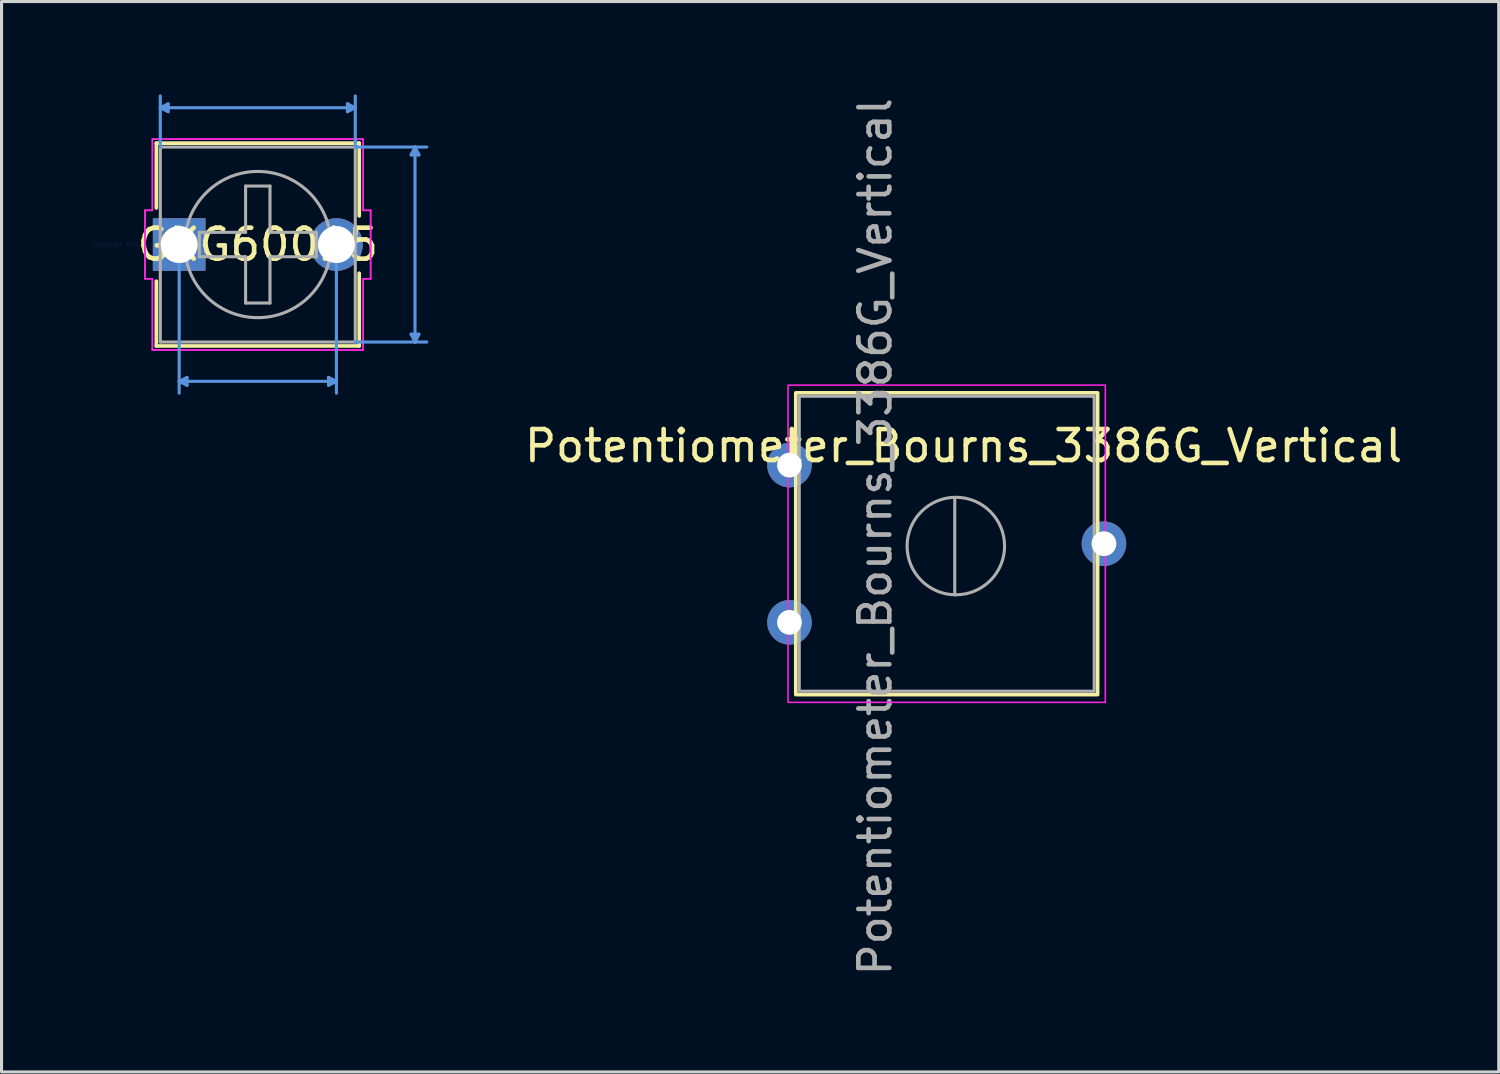
<source format=kicad_pcb>
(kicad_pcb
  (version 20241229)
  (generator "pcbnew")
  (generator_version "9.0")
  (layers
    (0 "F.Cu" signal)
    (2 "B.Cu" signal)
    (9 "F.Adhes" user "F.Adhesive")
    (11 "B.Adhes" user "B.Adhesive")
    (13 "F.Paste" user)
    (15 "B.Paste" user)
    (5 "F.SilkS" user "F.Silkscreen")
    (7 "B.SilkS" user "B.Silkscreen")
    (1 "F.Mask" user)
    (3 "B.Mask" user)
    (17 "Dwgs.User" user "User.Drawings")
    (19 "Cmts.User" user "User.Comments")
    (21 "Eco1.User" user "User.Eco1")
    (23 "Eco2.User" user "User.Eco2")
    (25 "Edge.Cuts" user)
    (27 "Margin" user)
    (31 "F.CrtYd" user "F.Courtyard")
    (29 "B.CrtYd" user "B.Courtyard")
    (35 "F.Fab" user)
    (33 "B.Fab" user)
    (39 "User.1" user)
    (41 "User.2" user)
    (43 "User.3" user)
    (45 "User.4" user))
  (footprint "GKG60015"
    (layer "F.Cu")
    (at 2.739 4.851)
    (property "Reference" "GKG60015" (at 2.54 0 0) (layer "F.SilkS") (effects (font (size 1 1) (thickness 0.15))))
    (attr through_hole)
    (fp_line (start -0.737 -3.277) (end -0.737 -1.184) (stroke (width 0.12) (type solid)) (layer "F.SilkS"))
    (fp_line (start -0.737 1.184) (end -0.737 3.277) (stroke (width 0.12) (type solid)) (layer "F.SilkS"))
    (fp_line (start -0.737 3.277) (end 5.817 3.277) (stroke (width 0.12) (type solid)) (layer "F.SilkS"))
    (fp_line (start 5.817 -3.277) (end -0.737 -3.277) (stroke (width 0.12) (type solid)) (layer "F.SilkS"))
    (fp_line (start 5.817 -0.927) (end 5.817 -3.277) (stroke (width 0.12) (type solid)) (layer "F.SilkS"))
    (fp_line (start 5.817 3.277) (end 5.817 0.927) (stroke (width 0.12) (type solid)) (layer "F.SilkS"))
    (fp_line (start -0.61 -4.42) (end -0.356 -4.547) (stroke (width 0.1) (type solid)) (layer "Cmts.User"))
    (fp_line (start -0.61 -4.42) (end -0.356 -4.293) (stroke (width 0.1) (type solid)) (layer "Cmts.User"))
    (fp_line (start -0.61 -4.42) (end 5.69 -4.42) (stroke (width 0.1) (type solid)) (layer "Cmts.User"))
    (fp_line (start -0.61 -3.15) (end -0.61 -4.801) (stroke (width 0.1) (type solid)) (layer "Cmts.User"))
    (fp_line (start -0.356 -4.547) (end -0.356 -4.293) (stroke (width 0.1) (type solid)) (layer "Cmts.User"))
    (fp_line (start 0 0) (end 0 4.801) (stroke (width 0.1) (type solid)) (layer "Cmts.User"))
    (fp_line (start 0 4.42) (end 0.254 4.293) (stroke (width 0.1) (type solid)) (layer "Cmts.User"))
    (fp_line (start 0 4.42) (end 0.254 4.547) (stroke (width 0.1) (type solid)) (layer "Cmts.User"))
    (fp_line (start 0 4.42) (end 5.08 4.42) (stroke (width 0.1) (type solid)) (layer "Cmts.User"))
    (fp_line (start 0.254 4.293) (end 0.254 4.547) (stroke (width 0.1) (type solid)) (layer "Cmts.User"))
    (fp_line (start 4.826 4.293) (end 4.826 4.547) (stroke (width 0.1) (type solid)) (layer "Cmts.User"))
    (fp_line (start 5.08 0) (end 5.08 4.801) (stroke (width 0.1) (type solid)) (layer "Cmts.User"))
    (fp_line (start 5.08 4.42) (end 4.826 4.293) (stroke (width 0.1) (type solid)) (layer "Cmts.User"))
    (fp_line (start 5.08 4.42) (end 4.826 4.547) (stroke (width 0.1) (type solid)) (layer "Cmts.User"))
    (fp_line (start 5.436 -4.547) (end 5.436 -4.293) (stroke (width 0.1) (type solid)) (layer "Cmts.User"))
    (fp_line (start 5.69 -4.42) (end 5.436 -4.547) (stroke (width 0.1) (type solid)) (layer "Cmts.User"))
    (fp_line (start 5.69 -4.42) (end 5.436 -4.293) (stroke (width 0.1) (type solid)) (layer "Cmts.User"))
    (fp_line (start 5.69 -3.15) (end 5.69 -4.801) (stroke (width 0.1) (type solid)) (layer "Cmts.User"))
    (fp_line (start 5.69 -3.15) (end 8.001 -3.15) (stroke (width 0.1) (type solid)) (layer "Cmts.User"))
    (fp_line (start 5.69 3.15) (end 8.001 3.15) (stroke (width 0.1) (type solid)) (layer "Cmts.User"))
    (fp_line (start 7.493 -2.896) (end 7.747 -2.896) (stroke (width 0.1) (type solid)) (layer "Cmts.User"))
    (fp_line (start 7.493 2.896) (end 7.747 2.896) (stroke (width 0.1) (type solid)) (layer "Cmts.User"))
    (fp_line (start 7.62 -3.15) (end 7.493 -2.896) (stroke (width 0.1) (type solid)) (layer "Cmts.User"))
    (fp_line (start 7.62 -3.15) (end 7.62 3.15) (stroke (width 0.1) (type solid)) (layer "Cmts.User"))
    (fp_line (start 7.62 -3.15) (end 7.747 -2.896) (stroke (width 0.1) (type solid)) (layer "Cmts.User"))
    (fp_line (start 7.62 3.15) (end 7.493 2.896) (stroke (width 0.1) (type solid)) (layer "Cmts.User"))
    (fp_line (start 7.62 3.15) (end 7.747 2.896) (stroke (width 0.1) (type solid)) (layer "Cmts.User"))
    (fp_line (start -1.105 -1.105) (end -0.864 -1.105) (stroke (width 0.05) (type solid)) (layer "F.CrtYd"))
    (fp_line (start -1.105 -1.105) (end -0.864 -1.105) (stroke (width 0.05) (type solid)) (layer "F.CrtYd"))
    (fp_line (start -1.105 1.105) (end -1.105 -1.105) (stroke (width 0.05) (type solid)) (layer "F.CrtYd"))
    (fp_line (start -1.105 1.105) (end -1.105 -1.105) (stroke (width 0.05) (type solid)) (layer "F.CrtYd"))
    (fp_line (start -0.864 -3.404) (end 5.944 -3.404) (stroke (width 0.05) (type solid)) (layer "F.CrtYd"))
    (fp_line (start -0.864 -3.404) (end 5.944 -3.404) (stroke (width 0.05) (type solid)) (layer "F.CrtYd"))
    (fp_line (start -0.864 -1.105) (end -0.864 -3.404) (stroke (width 0.05) (type solid)) (layer "F.CrtYd"))
    (fp_line (start -0.864 -1.105) (end -0.864 -3.404) (stroke (width 0.05) (type solid)) (layer "F.CrtYd"))
    (fp_line (start -0.864 1.105) (end -1.105 1.105) (stroke (width 0.05) (type solid)) (layer "F.CrtYd"))
    (fp_line (start -0.864 1.105) (end -1.105 1.105) (stroke (width 0.05) (type solid)) (layer "F.CrtYd"))
    (fp_line (start -0.864 3.404) (end -0.864 1.105) (stroke (width 0.05) (type solid)) (layer "F.CrtYd"))
    (fp_line (start -0.864 3.404) (end -0.864 1.105) (stroke (width 0.05) (type solid)) (layer "F.CrtYd"))
    (fp_line (start 5.944 -3.404) (end 5.944 -1.105) (stroke (width 0.05) (type solid)) (layer "F.CrtYd"))
    (fp_line (start 5.944 -3.404) (end 5.944 -1.105) (stroke (width 0.05) (type solid)) (layer "F.CrtYd"))
    (fp_line (start 5.944 -1.105) (end 6.185 -1.105) (stroke (width 0.05) (type solid)) (layer "F.CrtYd"))
    (fp_line (start 5.944 -1.105) (end 6.185 -1.105) (stroke (width 0.05) (type solid)) (layer "F.CrtYd"))
    (fp_line (start 5.944 1.105) (end 5.944 3.404) (stroke (width 0.05) (type solid)) (layer "F.CrtYd"))
    (fp_line (start 5.944 1.105) (end 5.944 3.404) (stroke (width 0.05) (type solid)) (layer "F.CrtYd"))
    (fp_line (start 5.944 3.404) (end -0.864 3.404) (stroke (width 0.05) (type solid)) (layer "F.CrtYd"))
    (fp_line (start 5.944 3.404) (end -0.864 3.404) (stroke (width 0.05) (type solid)) (layer "F.CrtYd"))
    (fp_line (start 6.185 -1.105) (end 6.185 1.105) (stroke (width 0.05) (type solid)) (layer "F.CrtYd"))
    (fp_line (start 6.185 -1.105) (end 6.185 1.105) (stroke (width 0.05) (type solid)) (layer "F.CrtYd"))
    (fp_line (start 6.185 1.105) (end 5.944 1.105) (stroke (width 0.05) (type solid)) (layer "F.CrtYd"))
    (fp_line (start 6.185 1.105) (end 5.944 1.105) (stroke (width 0.05) (type solid)) (layer "F.CrtYd"))
    (fp_line (start -0.61 -3.15) (end -0.61 3.15) (stroke (width 0.1) (type solid)) (layer "F.Fab"))
    (fp_line (start -0.61 3.15) (end 5.69 3.15) (stroke (width 0.1) (type solid)) (layer "F.Fab"))
    (fp_line (start -0.254 0) (end 0.254 0) (stroke (width 0.1) (type solid)) (layer "F.Fab"))
    (fp_line (start 0 0.254) (end 0 -0.254) (stroke (width 0.1) (type solid)) (layer "F.Fab"))
    (fp_line (start 0.65 -0.394) (end 0.65 0.394) (stroke (width 0.1) (type solid)) (layer "F.Fab"))
    (fp_line (start 2.146 -1.89) (end 2.146 -0.394) (stroke (width 0.1) (type solid)) (layer "F.Fab"))
    (fp_line (start 2.146 -1.89) (end 2.934 -1.89) (stroke (width 0.1) (type solid)) (layer "F.Fab"))
    (fp_line (start 2.146 -0.394) (end 0.65 -0.394) (stroke (width 0.1) (type solid)) (layer "F.Fab"))
    (fp_line (start 2.146 0.394) (end 0.65 0.394) (stroke (width 0.1) (type solid)) (layer "F.Fab"))
    (fp_line (start 2.146 1.89) (end 2.146 0.394) (stroke (width 0.1) (type solid)) (layer "F.Fab"))
    (fp_line (start 2.146 1.89) (end 2.934 1.89) (stroke (width 0.1) (type solid)) (layer "F.Fab"))
    (fp_line (start 2.934 -1.89) (end 2.934 -0.394) (stroke (width 0.1) (type solid)) (layer "F.Fab"))
    (fp_line (start 2.934 -0.394) (end 4.43 -0.394) (stroke (width 0.1) (type solid)) (layer "F.Fab"))
    (fp_line (start 2.934 0.394) (end 4.43 0.394) (stroke (width 0.1) (type solid)) (layer "F.Fab"))
    (fp_line (start 2.934 1.89) (end 2.934 0.394) (stroke (width 0.1) (type solid)) (layer "F.Fab"))
    (fp_line (start 4.43 -0.394) (end 4.43 0.394) (stroke (width 0.1) (type solid)) (layer "F.Fab"))
    (fp_line (start 5.69 -3.15) (end -0.61 -3.15) (stroke (width 0.1) (type solid)) (layer "F.Fab"))
    (fp_line (start 5.69 3.15) (end 5.69 -3.15) (stroke (width 0.1) (type solid)) (layer "F.Fab"))
    (fp_circle (center -0.102 0) (end -0.102 0) (stroke (width 0.1) (type solid)) (fill no) (layer "F.Fab"))
    (fp_circle (center 2.54 0) (end 4.902 0) (stroke (width 0.1) (type solid)) (fill no) (layer "F.Fab"))
    (fp_text user "*" (at 0 0 0) (layer "F.SilkS") (effects (font (size 1 1) (thickness 0.15))))
    (fp_text user "Copyright 2021 Accelerated Designs. All rights reserved." (at 0 0 0) (layer "Cmts.User") (effects (font (size 0.127 0.127) (thickness 0.002))))
    (fp_text user "*" (at 0 0 0) (layer "F.Fab") (effects (font (size 1 1) (thickness 0.15))))
    (pad "1" thru_hole rect (at 0 0) (size 1.702 1.702) (drill 1.194) (layers "*.Cu" "*.Mask"))
    (pad "2" thru_hole circle (at 5.08 0) (size 1.702 1.702) (drill 1.194) (layers "*.Cu" "*.Mask")))
  (footprint "Potentiometer_Bourns_3386G_Vertical"
    (layer "F.Cu")
    (at 22.772 17.057)
    (property "Reference" "Potentiometer_Bourns_3386G_Vertical" (at 5.31 -5.7 0) (unlocked yes) (layer "F.SilkS") (effects (font (size 1 1) (thickness 0.15))))
    (attr through_hole)
    (fp_rect (start -0.11 2.335) (end 9.64 -7.415) (stroke (width 0.12) (type solid)) (fill no) (layer "F.SilkS"))
    (fp_rect (start -0.36 2.585) (end 9.89 -7.665) (stroke (width 0.05) (type solid)) (fill no) (layer "F.CrtYd"))
    (fp_line (start 5.025 -0.886) (end 5.025 -4.005) (stroke (width 0.1) (type solid)) (layer "F.Fab"))
    (fp_rect (start 0 2.225) (end 9.53 -7.305) (stroke (width 0.1) (type solid)) (fill no) (layer "F.Fab"))
    (fp_circle (center 5.06 -2.465) (end 6.635 -2.465) (stroke (width 0.1) (type solid)) (fill no) (layer "F.Fab"))
    (fp_text user "${REFERENCE}" (at 2.455 -2.765 90) (unlocked yes) (layer "F.Fab") (effects (font (size 1 1) (thickness 0.15))))
    (pad "1" thru_hole circle (at -0.315 0) (size 1.44 1.44) (drill 0.8) (layers "*.Cu" "*.Mask"))
    (pad "2" thru_hole circle (at 9.845 -2.54) (size 1.44 1.44) (drill 0.8) (layers "*.Cu" "*.Mask"))
    (pad "3" thru_hole circle (at -0.315 -5.08) (size 1.44 1.44) (drill 0.8) (layers "*.Cu" "*.Mask")))
  (gr_rect
    (start -3 -3)
    (end 45.373 31.583)
    (stroke (width 0.1) (type default))
    (fill no)
    (layer "Edge.Cuts")))
</source>
